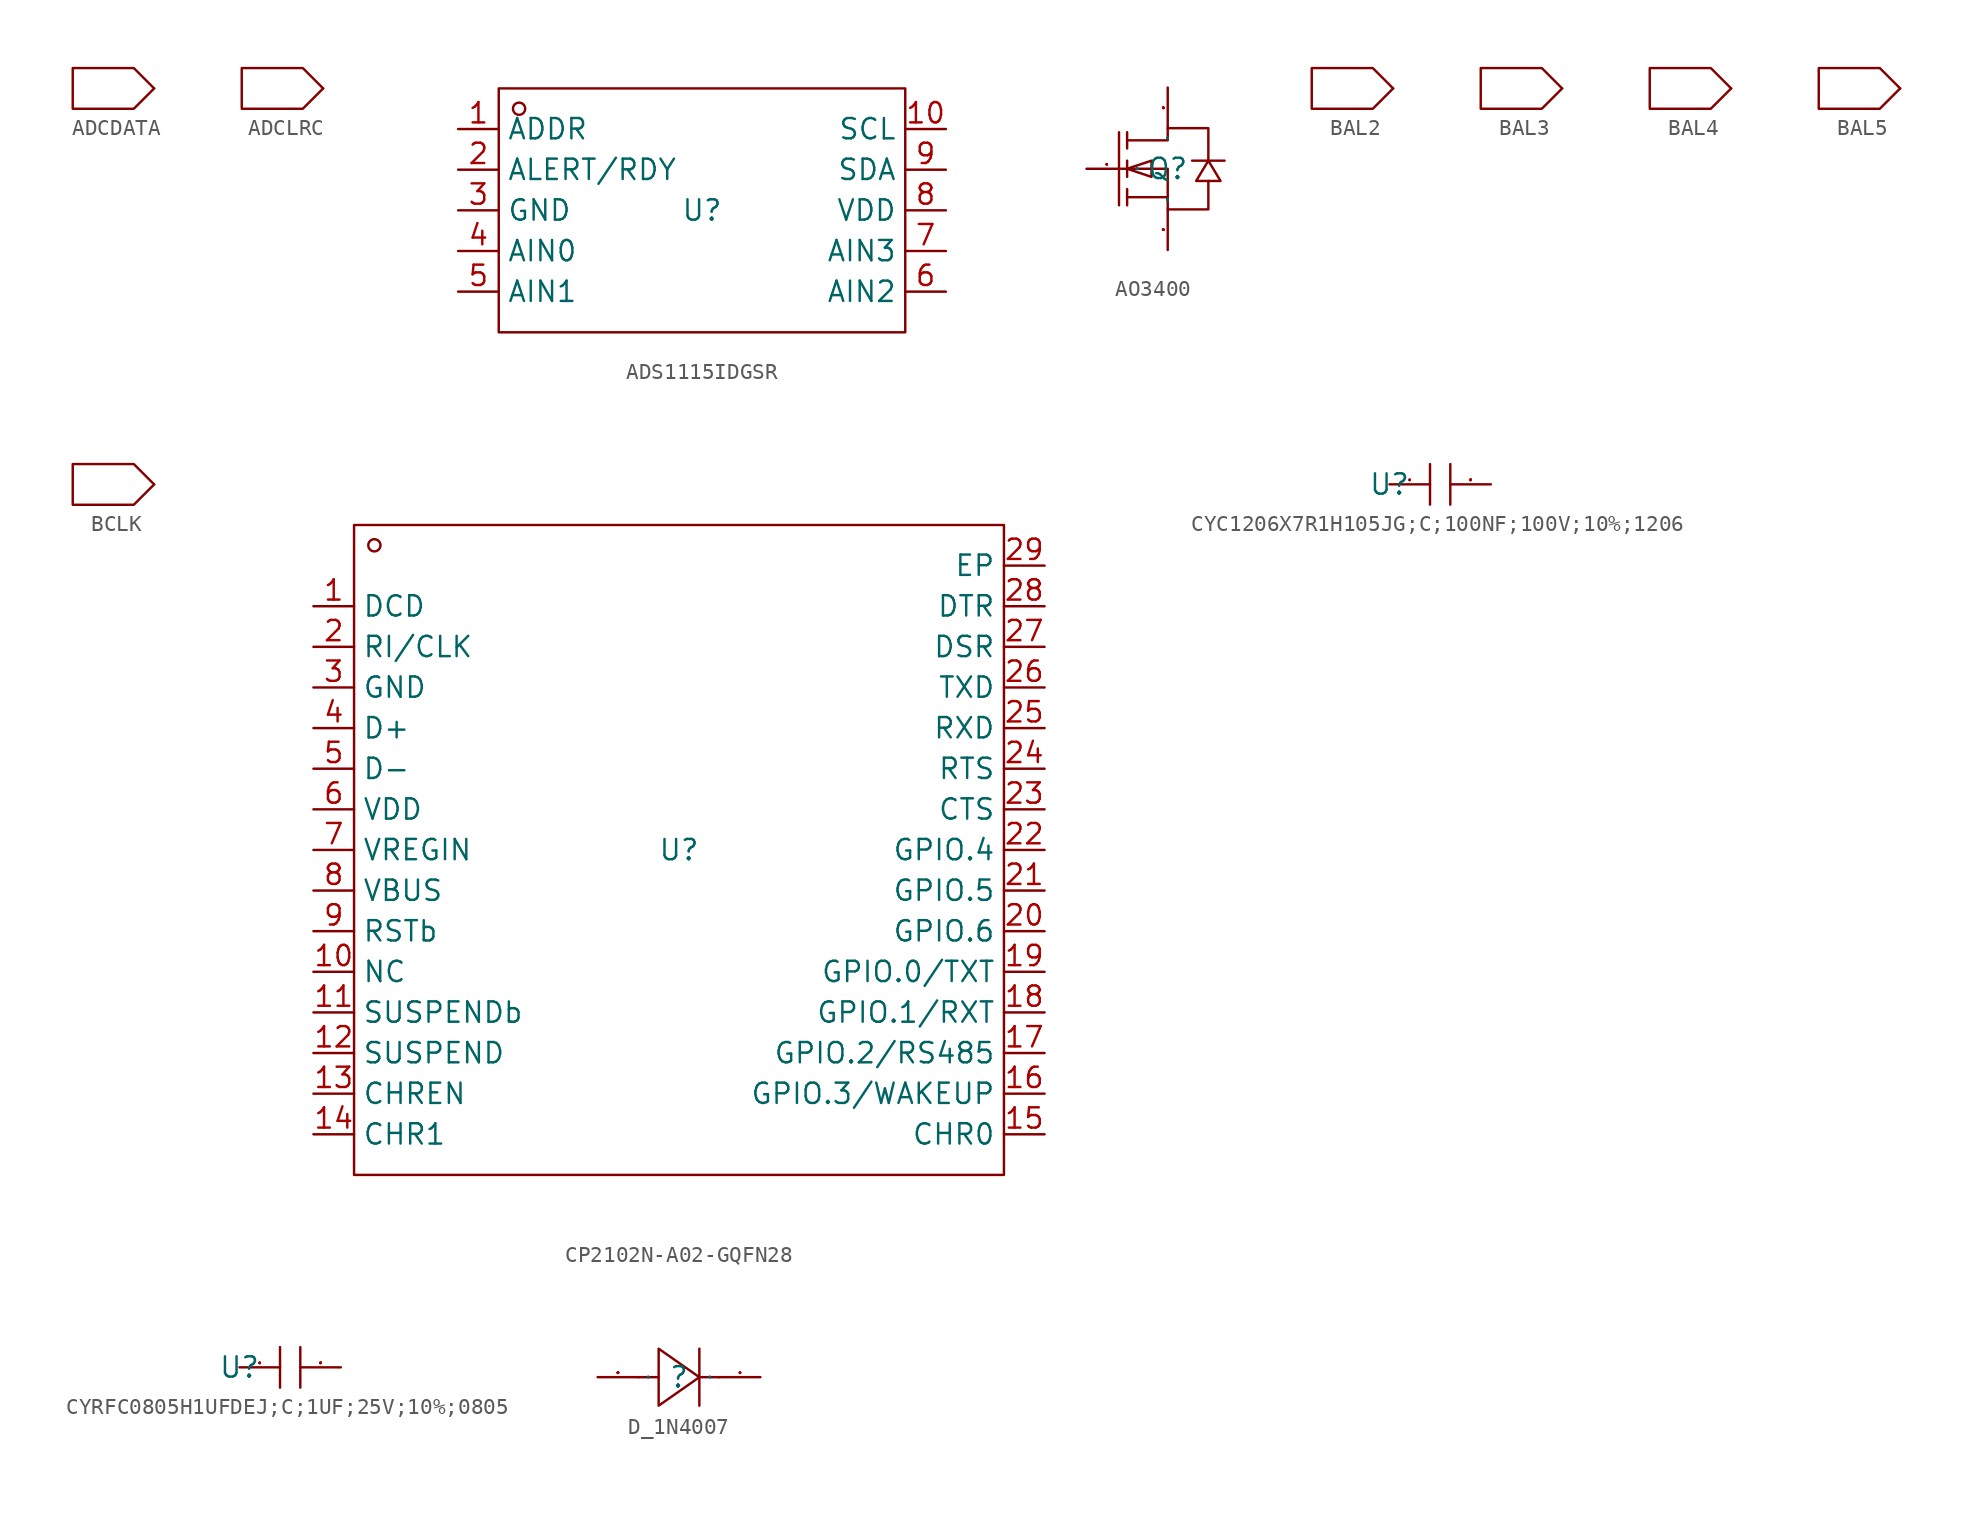
<source format=kicad_sym>
(kicad_symbol_lib
  (version 20231120)
  (generator "kicad_symbol_editor")
  (generator_version "8.0")
  (symbol "ADCDATA"
    (power)
    (pin_numbers hide)
    (pin_names hide)
    (property "Reference" "#PWR"
      (at 0 0 0)
      (effects (font (size 1.27 1.27)) (hide yes)))
    (property "Value" ""
      (at 0 0 0)
      (effects (font (size 1.27 1.27))))
    (symbol "ADCDATA_1_0"
      (polyline (pts (xy 0 0) (xy -1.27 -1.27) (xy -1.27 -1.27) (xy -5.08 -1.27) (xy -5.08 -1.27) (xy -5.08 1.27) (xy -5.08 1.27) (xy -1.27 1.27) (xy -1.27 1.27) (xy 0 0)) (stroke (width 0) (type default)) (fill (type none)))
      (pin input line (at 0 0 0) (length 0) (name "" (effects (font (size 0.025 0.025)))) (number "1" (effects (font (size 0 0)))))))
  (symbol "ADCLRC"
    (power)
    (pin_numbers hide)
    (pin_names hide)
    (property "Reference" "#PWR"
      (at 0 0 0)
      (effects (font (size 1.27 1.27)) (hide yes)))
    (property "Value" ""
      (at 0 0 0)
      (effects (font (size 1.27 1.27))))
    (symbol "ADCLRC_1_0"
      (polyline (pts (xy 0 0) (xy -1.27 -1.27) (xy -1.27 -1.27) (xy -5.08 -1.27) (xy -5.08 -1.27) (xy -5.08 1.27) (xy -5.08 1.27) (xy -1.27 1.27) (xy -1.27 1.27) (xy 0 0)) (stroke (width 0) (type default)) (fill (type none)))
      (pin input line (at 0 0 0) (length 0) (name "" (effects (font (size 0.025 0.025)))) (number "1" (effects (font (size 0 0)))))))
  (symbol "ADS1115IDGSR"
    (property "Reference" "U"
      (at 0 0 0)
      (effects (font (size 1.27 1.27))))
    (property "Value" ""
      (at 0 0 0)
      (effects (font (size 1.27 1.27))))
    (symbol "ADS1115IDGSR_1_0"
      (rectangle (start -12.7 -7.62) (end 12.7 7.62) (stroke (width 0) (type default)) (fill (type none)))
      (circle (center -11.43 6.35) (radius 0.381) (stroke (width 0) (type default)) (fill (type none)))
      (pin unspecified line (at -15.24 5.08 0) (length 2.54) (name "ADDR" (effects (font (size 1.27 1.27)))) (number "1" (effects (font (size 1.27 1.27)))))
      (pin unspecified line (at 15.24 5.08 180) (length 2.54) (name "SCL" (effects (font (size 1.27 1.27)))) (number "10" (effects (font (size 1.27 1.27)))))
      (pin unspecified line (at -15.24 2.54 0) (length 2.54) (name "ALERT/RDY" (effects (font (size 1.27 1.27)))) (number "2" (effects (font (size 1.27 1.27)))))
      (pin unspecified line (at -15.24 0 0) (length 2.54) (name "GND" (effects (font (size 1.27 1.27)))) (number "3" (effects (font (size 1.27 1.27)))))
      (pin unspecified line (at -15.24 -2.54 0) (length 2.54) (name "AIN0" (effects (font (size 1.27 1.27)))) (number "4" (effects (font (size 1.27 1.27)))))
      (pin unspecified line (at -15.24 -5.08 0) (length 2.54) (name "AIN1" (effects (font (size 1.27 1.27)))) (number "5" (effects (font (size 1.27 1.27)))))
      (pin unspecified line (at 15.24 -5.08 180) (length 2.54) (name "AIN2" (effects (font (size 1.27 1.27)))) (number "6" (effects (font (size 1.27 1.27)))))
      (pin unspecified line (at 15.24 -2.54 180) (length 2.54) (name "AIN3" (effects (font (size 1.27 1.27)))) (number "7" (effects (font (size 1.27 1.27)))))
      (pin unspecified line (at 15.24 0 180) (length 2.54) (name "VDD" (effects (font (size 1.27 1.27)))) (number "8" (effects (font (size 1.27 1.27)))))
      (pin unspecified line (at 15.24 2.54 180) (length 2.54) (name "SDA" (effects (font (size 1.27 1.27)))) (number "9" (effects (font (size 1.27 1.27)))))))
  (symbol "AO3400"
    (property "Reference" "Q"
      (at 0 0 0)
      (effects (font (size 1.27 1.27))))
    (property "Value" ""
      (at 0 0 0)
      (effects (font (size 1.27 1.27))))
    (symbol "AO3400_1_0"
      (polyline (pts (xy -3.048 2.286) (xy -3.048 -2.286)) (stroke (width 0) (type default)) (fill (type none)))
      (polyline (pts (xy -2.54 -2.286) (xy -2.54 -1.27)) (stroke (width 0) (type default)) (fill (type none)))
      (polyline (pts (xy -2.54 -0.508) (xy -2.54 0.508)) (stroke (width 0) (type default)) (fill (type none)))
      (polyline (pts (xy -2.54 2.286) (xy -2.54 1.27)) (stroke (width 0) (type default)) (fill (type none)))
      (polyline (pts (xy 0 -1.778) (xy -2.54 -1.778)) (stroke (width 0) (type default)) (fill (type none)))
      (polyline (pts (xy -2.54 0) (xy -1.016 -0.508) (xy -1.016 -0.508) (xy -1.016 0.508) (xy -1.016 0.508) (xy -2.54 0)) (stroke (width 0) (type default)) (fill (type none)))
      (polyline (pts (xy 2.54 0.508) (xy 1.778 -0.762) (xy 1.778 -0.762) (xy 3.302 -0.762) (xy 3.302 -0.762) (xy 2.54 0.508)) (stroke (width 0) (type default)) (fill (type none)))
      (polyline (pts (xy 3.556 0.508) (xy 3.048 0.508) (xy 3.048 0.508) (xy 2.032 0.508) (xy 2.032 0.508) (xy 1.524 0.508)) (stroke (width 0) (type default)) (fill (type none)))
      (polyline (pts (xy -2.54 0) (xy 0 0) (xy 0 0) (xy 0 -2.54) (xy 0 -2.54) (xy 2.54 -2.54) (xy 2.54 -2.54) (xy 2.54 -0.762)) (stroke (width 0) (type default)) (fill (type none)))
      (polyline (pts (xy -2.54 1.778) (xy 0 1.778) (xy 0 1.778) (xy 0 2.54) (xy 0 2.54) (xy 2.54 2.54) (xy 2.54 2.54) (xy 2.54 0.508)) (stroke (width 0) (type default)) (fill (type none)))
      (pin unspecified line (at -5.08 0 0) (length 2.54) (name "G" (effects (font (size 0.025 0.025)))) (number "1" (effects (font (size 0.025 0.025)))))
      (pin unspecified line (at 0 -5.08 90) (length 2.54) (name "S" (effects (font (size 0.025 0.025)))) (number "2" (effects (font (size 0.025 0.025)))))
      (pin unspecified line (at 0 5.08 270) (length 2.54) (name "D" (effects (font (size 0.025 0.025)))) (number "3" (effects (font (size 0.025 0.025)))))))
  (symbol "BAL2"
    (power)
    (pin_numbers hide)
    (pin_names hide)
    (property "Reference" "#PWR"
      (at 0 0 0)
      (effects (font (size 1.27 1.27)) (hide yes)))
    (property "Value" ""
      (at 0 0 0)
      (effects (font (size 1.27 1.27))))
    (symbol "BAL2_1_0"
      (polyline (pts (xy 0 0) (xy -1.27 -1.27) (xy -1.27 -1.27) (xy -5.08 -1.27) (xy -5.08 -1.27) (xy -5.08 1.27) (xy -5.08 1.27) (xy -1.27 1.27) (xy -1.27 1.27) (xy 0 0)) (stroke (width 0) (type default)) (fill (type none)))
      (pin input line (at 0 0 0) (length 0) (name "" (effects (font (size 0.025 0.025)))) (number "1" (effects (font (size 0 0)))))))
  (symbol "BAL3"
    (power)
    (pin_numbers hide)
    (pin_names hide)
    (property "Reference" "#PWR"
      (at 0 0 0)
      (effects (font (size 1.27 1.27)) (hide yes)))
    (property "Value" ""
      (at 0 0 0)
      (effects (font (size 1.27 1.27))))
    (symbol "BAL3_1_0"
      (polyline (pts (xy 0 0) (xy -1.27 -1.27) (xy -1.27 -1.27) (xy -5.08 -1.27) (xy -5.08 -1.27) (xy -5.08 1.27) (xy -5.08 1.27) (xy -1.27 1.27) (xy -1.27 1.27) (xy 0 0)) (stroke (width 0) (type default)) (fill (type none)))
      (pin input line (at 0 0 0) (length 0) (name "" (effects (font (size 0.025 0.025)))) (number "1" (effects (font (size 0 0)))))))
  (symbol "BAL4"
    (power)
    (pin_numbers hide)
    (pin_names hide)
    (property "Reference" "#PWR"
      (at 0 0 0)
      (effects (font (size 1.27 1.27)) (hide yes)))
    (property "Value" ""
      (at 0 0 0)
      (effects (font (size 1.27 1.27))))
    (symbol "BAL4_1_0"
      (polyline (pts (xy 0 0) (xy -1.27 -1.27) (xy -1.27 -1.27) (xy -5.08 -1.27) (xy -5.08 -1.27) (xy -5.08 1.27) (xy -5.08 1.27) (xy -1.27 1.27) (xy -1.27 1.27) (xy 0 0)) (stroke (width 0) (type default)) (fill (type none)))
      (pin input line (at 0 0 0) (length 0) (name "" (effects (font (size 0.025 0.025)))) (number "1" (effects (font (size 0 0)))))))
  (symbol "BAL5"
    (power)
    (pin_numbers hide)
    (pin_names hide)
    (property "Reference" "#PWR"
      (at 0 0 0)
      (effects (font (size 1.27 1.27)) (hide yes)))
    (property "Value" ""
      (at 0 0 0)
      (effects (font (size 1.27 1.27))))
    (symbol "BAL5_1_0"
      (polyline (pts (xy 0 0) (xy -1.27 -1.27) (xy -1.27 -1.27) (xy -5.08 -1.27) (xy -5.08 -1.27) (xy -5.08 1.27) (xy -5.08 1.27) (xy -1.27 1.27) (xy -1.27 1.27) (xy 0 0)) (stroke (width 0) (type default)) (fill (type none)))
      (pin input line (at 0 0 0) (length 0) (name "" (effects (font (size 0.025 0.025)))) (number "1" (effects (font (size 0 0)))))))
  (symbol "BCLK"
    (power)
    (pin_numbers hide)
    (pin_names hide)
    (property "Reference" "#PWR"
      (at 0 0 0)
      (effects (font (size 1.27 1.27)) (hide yes)))
    (property "Value" ""
      (at 0 0 0)
      (effects (font (size 1.27 1.27))))
    (symbol "BCLK_1_0"
      (polyline (pts (xy 0 0) (xy -1.27 -1.27) (xy -1.27 -1.27) (xy -5.08 -1.27) (xy -5.08 -1.27) (xy -5.08 1.27) (xy -5.08 1.27) (xy -1.27 1.27) (xy -1.27 1.27) (xy 0 0)) (stroke (width 0) (type default)) (fill (type none)))
      (pin input line (at 0 0 0) (length 0) (name "" (effects (font (size 0.025 0.025)))) (number "1" (effects (font (size 0 0)))))))
  (symbol "CP2102N-A02-GQFN28"
    (property "Reference" "U"
      (at 0 0 0)
      (effects (font (size 1.27 1.27))))
    (property "Value" ""
      (at 0 0 0)
      (effects (font (size 1.27 1.27))))
    (symbol "CP2102N-A02-GQFN28_1_0"
      (rectangle (start -20.32 -20.32) (end 20.32 20.32) (stroke (width 0) (type default)) (fill (type none)))
      (circle (center -19.05 19.05) (radius 0.381) (stroke (width 0) (type default)) (fill (type none)))
      (pin unspecified line (at -22.86 15.24 0) (length 2.54) (name "DCD" (effects (font (size 1.27 1.27)))) (number "1" (effects (font (size 1.27 1.27)))))
      (pin unspecified line (at -22.86 -7.62 0) (length 2.54) (name "NC" (effects (font (size 1.27 1.27)))) (number "10" (effects (font (size 1.27 1.27)))))
      (pin unspecified line (at -22.86 -10.16 0) (length 2.54) (name "SUSPENDb" (effects (font (size 1.27 1.27)))) (number "11" (effects (font (size 1.27 1.27)))))
      (pin unspecified line (at -22.86 -12.7 0) (length 2.54) (name "SUSPEND" (effects (font (size 1.27 1.27)))) (number "12" (effects (font (size 1.27 1.27)))))
      (pin unspecified line (at -22.86 -15.24 0) (length 2.54) (name "CHREN" (effects (font (size 1.27 1.27)))) (number "13" (effects (font (size 1.27 1.27)))))
      (pin unspecified line (at -22.86 -17.78 0) (length 2.54) (name "CHR1" (effects (font (size 1.27 1.27)))) (number "14" (effects (font (size 1.27 1.27)))))
      (pin unspecified line (at 22.86 -17.78 180) (length 2.54) (name "CHR0" (effects (font (size 1.27 1.27)))) (number "15" (effects (font (size 1.27 1.27)))))
      (pin unspecified line (at 22.86 -15.24 180) (length 2.54) (name "GPIO.3/WAKEUP" (effects (font (size 1.27 1.27)))) (number "16" (effects (font (size 1.27 1.27)))))
      (pin unspecified line (at 22.86 -12.7 180) (length 2.54) (name "GPIO.2/RS485" (effects (font (size 1.27 1.27)))) (number "17" (effects (font (size 1.27 1.27)))))
      (pin unspecified line (at 22.86 -10.16 180) (length 2.54) (name "GPIO.1/RXT" (effects (font (size 1.27 1.27)))) (number "18" (effects (font (size 1.27 1.27)))))
      (pin unspecified line (at 22.86 -7.62 180) (length 2.54) (name "GPIO.0/TXT" (effects (font (size 1.27 1.27)))) (number "19" (effects (font (size 1.27 1.27)))))
      (pin unspecified line (at -22.86 12.7 0) (length 2.54) (name "RI/CLK" (effects (font (size 1.27 1.27)))) (number "2" (effects (font (size 1.27 1.27)))))
      (pin unspecified line (at 22.86 -5.08 180) (length 2.54) (name "GPIO.6" (effects (font (size 1.27 1.27)))) (number "20" (effects (font (size 1.27 1.27)))))
      (pin unspecified line (at 22.86 -2.54 180) (length 2.54) (name "GPIO.5" (effects (font (size 1.27 1.27)))) (number "21" (effects (font (size 1.27 1.27)))))
      (pin unspecified line (at 22.86 0 180) (length 2.54) (name "GPIO.4" (effects (font (size 1.27 1.27)))) (number "22" (effects (font (size 1.27 1.27)))))
      (pin unspecified line (at 22.86 2.54 180) (length 2.54) (name "CTS" (effects (font (size 1.27 1.27)))) (number "23" (effects (font (size 1.27 1.27)))))
      (pin unspecified line (at 22.86 5.08 180) (length 2.54) (name "RTS" (effects (font (size 1.27 1.27)))) (number "24" (effects (font (size 1.27 1.27)))))
      (pin unspecified line (at 22.86 7.62 180) (length 2.54) (name "RXD" (effects (font (size 1.27 1.27)))) (number "25" (effects (font (size 1.27 1.27)))))
      (pin unspecified line (at 22.86 10.16 180) (length 2.54) (name "TXD" (effects (font (size 1.27 1.27)))) (number "26" (effects (font (size 1.27 1.27)))))
      (pin unspecified line (at 22.86 12.7 180) (length 2.54) (name "DSR" (effects (font (size 1.27 1.27)))) (number "27" (effects (font (size 1.27 1.27)))))
      (pin unspecified line (at 22.86 15.24 180) (length 2.54) (name "DTR" (effects (font (size 1.27 1.27)))) (number "28" (effects (font (size 1.27 1.27)))))
      (pin unspecified line (at 22.86 17.78 180) (length 2.54) (name "EP" (effects (font (size 1.27 1.27)))) (number "29" (effects (font (size 1.27 1.27)))))
      (pin unspecified line (at -22.86 10.16 0) (length 2.54) (name "GND" (effects (font (size 1.27 1.27)))) (number "3" (effects (font (size 1.27 1.27)))))
      (pin unspecified line (at -22.86 7.62 0) (length 2.54) (name "D+" (effects (font (size 1.27 1.27)))) (number "4" (effects (font (size 1.27 1.27)))))
      (pin unspecified line (at -22.86 5.08 0) (length 2.54) (name "D-" (effects (font (size 1.27 1.27)))) (number "5" (effects (font (size 1.27 1.27)))))
      (pin unspecified line (at -22.86 2.54 0) (length 2.54) (name "VDD" (effects (font (size 1.27 1.27)))) (number "6" (effects (font (size 1.27 1.27)))))
      (pin unspecified line (at -22.86 0 0) (length 2.54) (name "VREGIN" (effects (font (size 1.27 1.27)))) (number "7" (effects (font (size 1.27 1.27)))))
      (pin unspecified line (at -22.86 -2.54 0) (length 2.54) (name "VBUS" (effects (font (size 1.27 1.27)))) (number "8" (effects (font (size 1.27 1.27)))))
      (pin unspecified line (at -22.86 -5.08 0) (length 2.54) (name "RSTb" (effects (font (size 1.27 1.27)))) (number "9" (effects (font (size 1.27 1.27)))))))
  (symbol "CYC1206X7R1H105JG;C;100NF;100V;10%;1206"
    (property "Reference" "U"
      (at 0 0 0)
      (effects (font (size 1.27 1.27))))
    (symbol "CYC1206X7R1H105JG;C;100NF;100V;10%;1206_1_0"
      (polyline (pts (xy 2.54 1.27) (xy 2.54 -1.27)) (stroke (width 0) (type default)) (fill (type none)))
      (polyline (pts (xy 3.81 1.27) (xy 3.81 -1.27)) (stroke (width 0) (type default)) (fill (type none)))
      (pin unspecified line (at 0 0 0) (length 2.54) (name "" (effects (font (size 0.025 0.025)))) (number "1" (effects (font (size 0.025 0.025)))))
      (pin unspecified line (at 6.35 0 180) (length 2.54) (name "" (effects (font (size 0.025 0.025)))) (number "2" (effects (font (size 0.025 0.025)))))))
  (symbol "CYRFC0805H1UFDEJ;C;1UF;25V;10%;0805"
    (property "Reference" "U"
      (at 0 0 0)
      (effects (font (size 1.27 1.27))))
    (symbol "CYRFC0805H1UFDEJ;C;1UF;25V;10%;0805_1_0"
      (polyline (pts (xy 2.54 1.27) (xy 2.54 -1.27)) (stroke (width 0) (type default)) (fill (type none)))
      (polyline (pts (xy 3.81 1.27) (xy 3.81 -1.27)) (stroke (width 0) (type default)) (fill (type none)))
      (pin unspecified line (at 0 0 0) (length 2.54) (name "" (effects (font (size 0.025 0.025)))) (number "1" (effects (font (size 0.025 0.025)))))
      (pin unspecified line (at 6.35 0 180) (length 2.54) (name "" (effects (font (size 0.025 0.025)))) (number "2" (effects (font (size 0.025 0.025)))))))
  (symbol "D_1N4007"
    (property "Reference" ""
      (at 0 0 0)
      (effects (font (size 1.27 1.27))))
    (property "Value" ""
      (at 0 0 0)
      (effects (font (size 1.27 1.27))))
    (symbol "D_1N4007_1_0"
      (polyline (pts (xy -2.54 0) (xy -1.27 0)) (stroke (width 0) (type default)) (fill (type none)))
      (polyline (pts (xy 1.27 -1.778) (xy 1.27 1.778)) (stroke (width 0) (type default)) (fill (type none)))
      (polyline (pts (xy 1.27 0) (xy 2.54 0)) (stroke (width 0) (type default)) (fill (type none)))
      (polyline (pts (xy -1.27 -1.778) (xy 1.27 0) (xy -1.27 1.778) (xy -1.27 -1.778)) (stroke (width 0) (type default)) (fill (type none)))
      (pin input line (at 5.08 0 180) (length 2.54) (name "K" (effects (font (size 0.025 0.025)))) (number "1" (effects (font (size 0.025 0.025)))))
      (pin input line (at -5.08 0 0) (length 2.54) (name "A" (effects (font (size 0.025 0.025)))) (number "2" (effects (font (size 0.025 0.025))))))))
</source>
